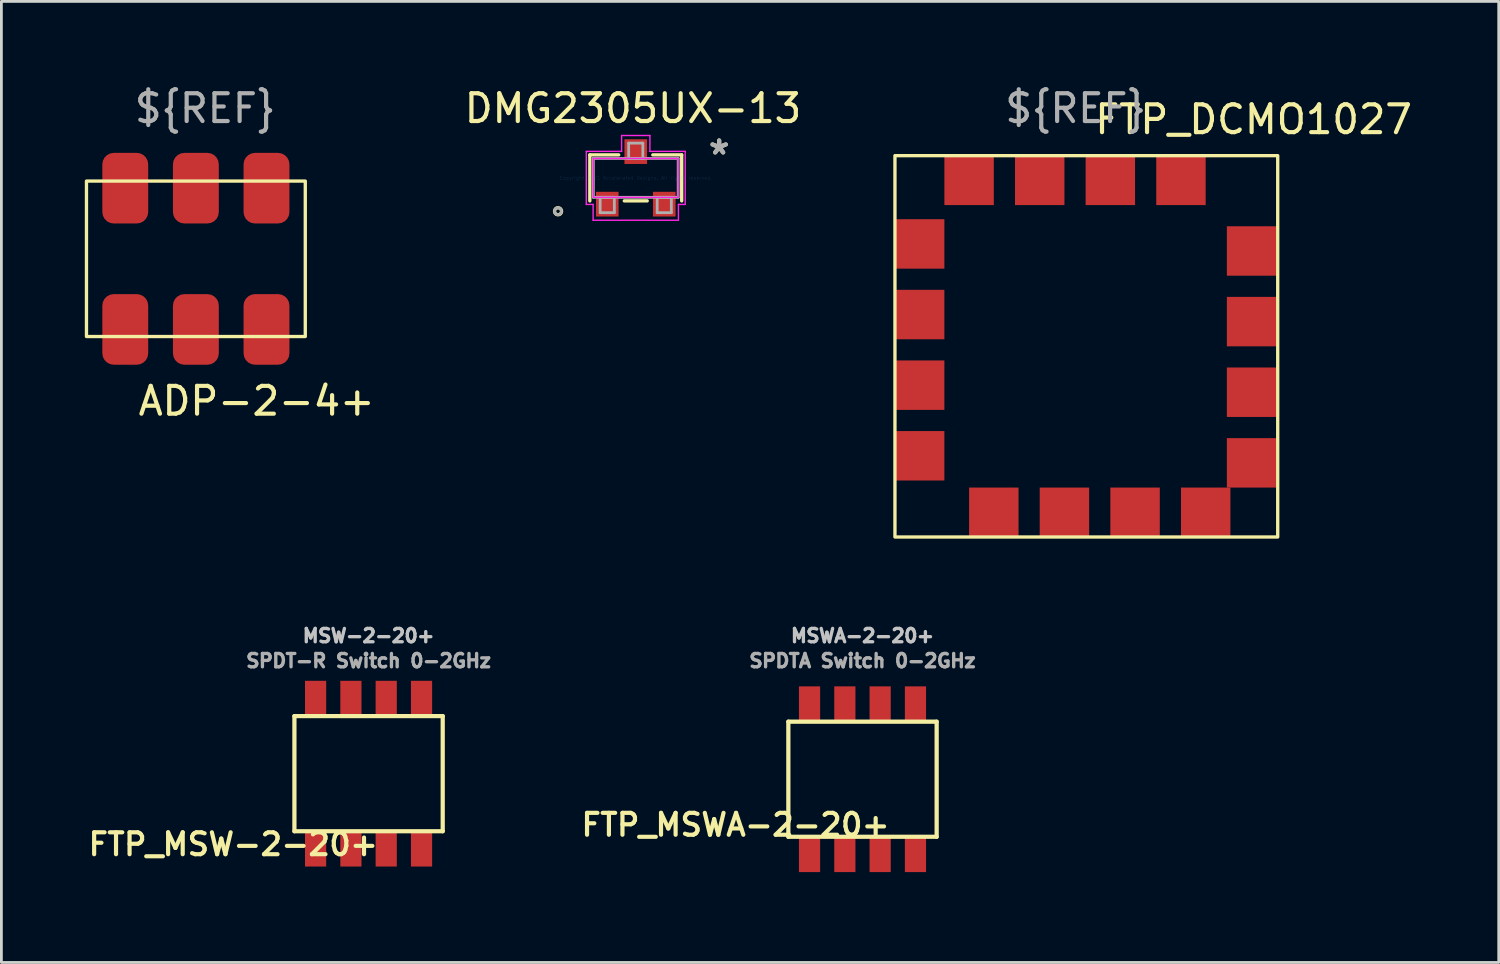
<source format=kicad_pcb>
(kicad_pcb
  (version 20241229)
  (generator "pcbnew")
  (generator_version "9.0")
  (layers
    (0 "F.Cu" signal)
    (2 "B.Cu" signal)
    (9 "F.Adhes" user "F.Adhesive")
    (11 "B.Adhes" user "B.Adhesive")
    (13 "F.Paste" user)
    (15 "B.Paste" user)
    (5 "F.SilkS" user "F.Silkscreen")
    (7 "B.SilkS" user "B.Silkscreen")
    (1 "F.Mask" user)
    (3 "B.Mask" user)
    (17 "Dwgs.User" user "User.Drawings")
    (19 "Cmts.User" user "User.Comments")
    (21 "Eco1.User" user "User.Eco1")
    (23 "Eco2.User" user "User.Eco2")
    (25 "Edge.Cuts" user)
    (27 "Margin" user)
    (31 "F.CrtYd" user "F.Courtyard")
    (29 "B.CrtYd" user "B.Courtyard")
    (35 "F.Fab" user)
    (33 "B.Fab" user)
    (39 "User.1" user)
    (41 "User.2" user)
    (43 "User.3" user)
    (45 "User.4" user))
  (footprint "DMG2305UX-13"
    (layer "F.Cu")
    (at 19.816 3.348)
    (property "Reference" "DMG2305UX-13" (at -0.1 -2.5 0) (layer "F.SilkS") (effects (font (size 1 1) (thickness 0.15))))
    (attr through_hole)
    (fp_line (start -1.652 -0.827) (end -1.652 0.827) (stroke (width 0.12) (type solid)) (layer "F.SilkS"))
    (fp_line (start -0.613 -0.827) (end -1.652 -0.827) (stroke (width 0.12) (type solid)) (layer "F.SilkS"))
    (fp_line (start -0.412 0.827) (end 0.412 0.827) (stroke (width 0.12) (type solid)) (layer "F.SilkS"))
    (fp_line (start 1.652 -0.827) (end 0.613 -0.827) (stroke (width 0.12) (type solid)) (layer "F.SilkS"))
    (fp_line (start 1.652 0.827) (end 1.652 -0.827) (stroke (width 0.12) (type solid)) (layer "F.SilkS"))
    (fp_circle (center -2.795 1.2) (end -2.668 1.2) (stroke (width 0.12) (type solid)) (fill no) (layer "F.SilkS"))
    (fp_line (start -1.779 -0.954) (end -0.509 -0.954) (stroke (width 0.05) (type solid)) (layer "F.CrtYd"))
    (fp_line (start -1.779 0.954) (end -1.779 -0.954) (stroke (width 0.05) (type solid)) (layer "F.CrtYd"))
    (fp_line (start -1.534 0.954) (end -1.779 0.954) (stroke (width 0.05) (type solid)) (layer "F.CrtYd"))
    (fp_line (start -1.534 1.524) (end -1.534 0.954) (stroke (width 0.05) (type solid)) (layer "F.CrtYd"))
    (fp_line (start -1.525 -0.7) (end 1.525 -0.7) (stroke (width 0.05) (type solid)) (layer "F.CrtYd"))
    (fp_line (start -1.525 0.7) (end -1.525 -0.7) (stroke (width 0.05) (type solid)) (layer "F.CrtYd"))
    (fp_line (start -0.509 -1.524) (end 0.509 -1.524) (stroke (width 0.05) (type solid)) (layer "F.CrtYd"))
    (fp_line (start -0.509 -0.954) (end -0.509 -1.524) (stroke (width 0.05) (type solid)) (layer "F.CrtYd"))
    (fp_line (start 0.509 -0.954) (end 0.509 -1.524) (stroke (width 0.05) (type solid)) (layer "F.CrtYd"))
    (fp_line (start 0.509 -0.954) (end 1.779 -0.954) (stroke (width 0.05) (type solid)) (layer "F.CrtYd"))
    (fp_line (start 1.525 -0.7) (end 1.525 0.7) (stroke (width 0.05) (type solid)) (layer "F.CrtYd"))
    (fp_line (start 1.525 0.7) (end -1.525 0.7) (stroke (width 0.05) (type solid)) (layer "F.CrtYd"))
    (fp_line (start 1.534 0.954) (end 1.534 1.524) (stroke (width 0.05) (type solid)) (layer "F.CrtYd"))
    (fp_line (start 1.534 1.524) (end -1.534 1.524) (stroke (width 0.05) (type solid)) (layer "F.CrtYd"))
    (fp_line (start 1.779 -0.954) (end 1.779 0.954) (stroke (width 0.05) (type solid)) (layer "F.CrtYd"))
    (fp_line (start 1.779 0.954) (end 1.534 0.954) (stroke (width 0.05) (type solid)) (layer "F.CrtYd"))
    (fp_line (start -1.525 -0.7) (end -1.525 0.7) (stroke (width 0.1) (type solid)) (layer "F.Fab"))
    (fp_line (start -1.525 0.7) (end 1.525 0.7) (stroke (width 0.1) (type solid)) (layer "F.Fab"))
    (fp_line (start -1.28 0.7) (end -1.28 1.25) (stroke (width 0.1) (type solid)) (layer "F.Fab"))
    (fp_line (start -1.28 1.25) (end -0.77 1.25) (stroke (width 0.1) (type solid)) (layer "F.Fab"))
    (fp_line (start -0.77 0.7) (end -1.28 0.7) (stroke (width 0.1) (type solid)) (layer "F.Fab"))
    (fp_line (start -0.77 1.25) (end -0.77 0.7) (stroke (width 0.1) (type solid)) (layer "F.Fab"))
    (fp_line (start -0.255 -1.25) (end -0.255 -0.7) (stroke (width 0.1) (type solid)) (layer "F.Fab"))
    (fp_line (start -0.255 -0.7) (end 0.255 -0.7) (stroke (width 0.1) (type solid)) (layer "F.Fab"))
    (fp_line (start 0.255 -1.25) (end -0.255 -1.25) (stroke (width 0.1) (type solid)) (layer "F.Fab"))
    (fp_line (start 0.255 -0.7) (end 0.255 -1.25) (stroke (width 0.1) (type solid)) (layer "F.Fab"))
    (fp_line (start 0.77 0.7) (end 0.77 1.25) (stroke (width 0.1) (type solid)) (layer "F.Fab"))
    (fp_line (start 0.77 1.25) (end 1.28 1.25) (stroke (width 0.1) (type solid)) (layer "F.Fab"))
    (fp_line (start 1.28 0.7) (end 0.77 0.7) (stroke (width 0.1) (type solid)) (layer "F.Fab"))
    (fp_line (start 1.28 1.25) (end 1.28 0.7) (stroke (width 0.1) (type solid)) (layer "F.Fab"))
    (fp_line (start 1.525 -0.7) (end -1.525 -0.7) (stroke (width 0.1) (type solid)) (layer "F.Fab"))
    (fp_line (start 1.525 0.7) (end 1.525 -0.7) (stroke (width 0.1) (type solid)) (layer "F.Fab"))
    (fp_circle (center -2.8 1.2) (end -2.673 1.2) (stroke (width 0.1) (type solid)) (fill no) (layer "F.Fab"))
    (fp_text user "*" (at 3 -0.8 0) (layer "F.SilkS") (effects (font (size 1 1) (thickness 0.15))))
    (fp_text user "Copyright 2021 Accelerated Designs. All rights reserved." (at 0 0 0) (layer "Cmts.User") (effects (font (size 0.127 0.127) (thickness 0.002))))
    (fp_text user "*" (at 3 -0.8 0) (layer "F.Fab") (effects (font (size 1 1) (thickness 0.15))))
    (pad "1" smd rect (at -1.025 0.945) (size 0.813 0.889) (layers "F.Cu" "F.Mask" "F.Paste"))
    (pad "2" smd rect (at 1.025 0.945) (size 0.813 0.889) (layers "F.Cu" "F.Mask" "F.Paste"))
    (pad "3" smd rect (at 0 -0.945) (size 0.813 0.889) (layers "F.Cu" "F.Mask" "F.Paste")))
  (footprint "ADP-2-4+"
    (layer "F.Cu")
    (at 0.63 2.448)
    (property "Reference" "ADP-2-4+" (at 5.55 8.925 0) (unlocked yes) (layer "F.SilkS") (effects (font (size 1 1) (thickness 0.15))))
    (attr smd)
    (fp_rect (start -0.57 1.015) (end 7.3 6.605) (stroke (width 0.12) (type solid)) (fill no) (layer "F.SilkS"))
    (fp_text user "${REF}" (at 3.7 -1.6 0) (unlocked yes) (layer "F.Fab") (effects (font (size 1 1) (thickness 0.15))))
    (pad "1" smd roundrect (at 0.825 6.35 270) (size 2.54 1.65) (layers "F.Cu" "F.Mask" "F.Paste") (roundrect_rratio 0.25))
    (pad "2" smd roundrect (at 3.365 6.35 270) (size 2.54 1.65) (layers "F.Cu" "F.Mask" "F.Paste") (roundrect_rratio 0.25))
    (pad "3" smd roundrect (at 5.905 6.35 270) (size 2.54 1.65) (layers "F.Cu" "F.Mask" "F.Paste") (roundrect_rratio 0.25))
    (pad "4" smd roundrect (at 0.825 1.27 270) (size 2.54 1.65) (layers "F.Cu" "F.Mask" "F.Paste") (roundrect_rratio 0.25))
    (pad "5" smd roundrect (at 3.365 1.27 270) (size 2.54 1.65) (layers "F.Cu" "F.Mask" "F.Paste") (roundrect_rratio 0.25))
    (pad "6" smd roundrect (at 5.905 1.27 270) (size 2.54 1.65) (layers "F.Cu" "F.Mask" "F.Paste") (roundrect_rratio 0.25)))
  (footprint "FTP_DCMO1027"
    (layer "F.Cu")
    (at 29.138 2.548)
    (property "Reference" "FTP_DCMO1027" (at 12.9 -1.3 0) (unlocked yes) (layer "F.SilkS") (effects (font (size 1 1) (thickness 0.15))))
    (attr smd)
    (fp_rect (start 0 0) (end 13.767 13.716) (stroke (width 0.12) (type solid)) (fill no) (layer "F.SilkS"))
    (fp_text user "${REF}" (at 6.5 -1.7 0) (unlocked yes) (layer "F.Fab") (effects (font (size 1 1) (thickness 0.15))))
    (pad "1" smd rect (at 3.556 12.827) (size 1.778 1.778) (layers "F.Cu" "F.Mask" "F.Paste"))
    (pad "2" smd rect (at 6.096 12.827) (size 1.778 1.778) (layers "F.Cu" "F.Mask" "F.Paste"))
    (pad "3" smd rect (at 8.636 12.827) (size 1.778 1.778) (layers "F.Cu" "F.Mask" "F.Paste"))
    (pad "4" smd rect (at 11.176 12.827) (size 1.778 1.778) (layers "F.Cu" "F.Mask" "F.Paste"))
    (pad "5" smd rect (at 12.827 11.049) (size 1.778 1.778) (layers "F.Cu" "F.Mask" "F.Paste"))
    (pad "6" smd rect (at 12.827 8.509) (size 1.778 1.778) (layers "F.Cu" "F.Mask" "F.Paste"))
    (pad "7" smd rect (at 12.827 5.969) (size 1.778 1.778) (layers "F.Cu" "F.Mask" "F.Paste"))
    (pad "8" smd rect (at 12.827 3.429) (size 1.778 1.778) (layers "F.Cu" "F.Mask" "F.Paste"))
    (pad "9" smd rect (at 10.287 0.889) (size 1.778 1.778) (layers "F.Cu" "F.Mask" "F.Paste"))
    (pad "10" smd rect (at 7.747 0.889) (size 1.778 1.778) (layers "F.Cu" "F.Mask" "F.Paste"))
    (pad "11" smd rect (at 5.207 0.889) (size 1.778 1.778) (layers "F.Cu" "F.Mask" "F.Paste"))
    (pad "12" smd rect (at 2.667 0.889) (size 1.778 1.778) (layers "F.Cu" "F.Mask" "F.Paste"))
    (pad "13" smd rect (at 0.889 3.175) (size 1.778 1.778) (layers "F.Cu" "F.Mask" "F.Paste"))
    (pad "14" smd rect (at 0.889 5.715) (size 1.778 1.778) (layers "F.Cu" "F.Mask" "F.Paste"))
    (pad "15" smd rect (at 0.889 8.255) (size 1.778 1.778) (layers "F.Cu" "F.Mask" "F.Paste"))
    (pad "16" smd rect (at 0.889 10.795) (size 1.778 1.778) (layers "F.Cu" "F.Mask" "F.Paste")))
  (footprint "FTP_MSW-2-20+"
    (layer "F.Cu")
    (at 7.539 28.116)
    (property "Reference" "FTP_MSW-2-20+" (at -2.2 -0.8 0) (layer "F.SilkS") (effects (font (size 0.787 0.787) (thickness 0.15))))
    (attr through_hole)
    (fp_line (start 0 -5.41) (end 0 -1.27) (stroke (width 0.152) (type solid)) (layer "F.SilkS"))
    (fp_line (start 0 -1.27) (end 5.334 -1.27) (stroke (width 0.152) (type solid)) (layer "F.SilkS"))
    (fp_line (start 5.334 -5.41) (end 0 -5.41) (stroke (width 0.152) (type solid)) (layer "F.SilkS"))
    (fp_line (start 5.334 -1.27) (end 5.334 -5.41) (stroke (width 0.152) (type solid)) (layer "F.SilkS"))
    (fp_text user "MSW-2-20+" (at 2.667 -8.3 0) (layer "Dwgs.User") (effects (font (size 0.48 0.48) (thickness 0.15))))
    (fp_text user "SPDT-R Switch 0-2GHz" (at 2.667 -7.4 0) (layer "F.Fab") (effects (font (size 0.48 0.48) (thickness 0.12))))
    (pad "1" smd rect (at 0.762 -0.635) (size 0.762 1.27) (layers "F.Cu" "F.Mask" "F.Paste"))
    (pad "2" smd rect (at 2.032 -0.635) (size 0.762 1.27) (layers "F.Cu" "F.Mask" "F.Paste"))
    (pad "3" smd rect (at 3.302 -0.635) (size 0.762 1.27) (layers "F.Cu" "F.Mask" "F.Paste"))
    (pad "4" smd rect (at 4.572 -0.635) (size 0.762 1.27) (layers "F.Cu" "F.Mask" "F.Paste"))
    (pad "5" smd rect (at 4.572 -6.045) (size 0.762 1.27) (layers "F.Cu" "F.Mask" "F.Paste"))
    (pad "6" smd rect (at 3.302 -6.045) (size 0.762 1.27) (layers "F.Cu" "F.Mask" "F.Paste"))
    (pad "7" smd rect (at 2.032 -6.045) (size 0.762 1.27) (layers "F.Cu" "F.Mask" "F.Paste"))
    (pad "8" smd rect (at 0.762 -6.045) (size 0.762 1.27) (layers "F.Cu" "F.Mask" "F.Paste")))
  (footprint "FTP_MSWA-2-20+"
    (layer "F.Cu")
    (at 25.304 28.316)
    (property "Reference" "FTP_MSWA-2-20+" (at -1.9 -1.7 0) (layer "F.SilkS") (effects (font (size 0.787 0.787) (thickness 0.15))))
    (attr through_hole)
    (fp_line (start 0 -5.41) (end 0 -1.27) (stroke (width 0.152) (type solid)) (layer "F.SilkS"))
    (fp_line (start 0 -1.27) (end 5.334 -1.27) (stroke (width 0.152) (type solid)) (layer "F.SilkS"))
    (fp_line (start 5.334 -5.41) (end 0 -5.41) (stroke (width 0.152) (type solid)) (layer "F.SilkS"))
    (fp_line (start 5.334 -1.27) (end 5.334 -5.41) (stroke (width 0.152) (type solid)) (layer "F.SilkS"))
    (fp_text user "MSWA-2-20+" (at 2.667 -8.5 0) (layer "Dwgs.User") (effects (font (size 0.48 0.48) (thickness 0.15))))
    (fp_text user "SPDTA Switch 0-2GHz" (at 2.667 -7.6 0) (layer "F.Fab") (effects (font (size 0.48 0.48) (thickness 0.12))))
    (pad "1" smd rect (at 0.762 -0.635) (size 0.762 1.27) (layers "F.Cu" "F.Mask" "F.Paste"))
    (pad "2" smd rect (at 2.032 -0.635) (size 0.762 1.27) (layers "F.Cu" "F.Mask" "F.Paste"))
    (pad "3" smd rect (at 3.302 -0.635) (size 0.762 1.27) (layers "F.Cu" "F.Mask" "F.Paste"))
    (pad "4" smd rect (at 4.572 -0.635) (size 0.762 1.27) (layers "F.Cu" "F.Mask" "F.Paste"))
    (pad "5" smd rect (at 4.572 -6.045) (size 0.762 1.27) (layers "F.Cu" "F.Mask" "F.Paste"))
    (pad "6" smd rect (at 3.302 -6.045) (size 0.762 1.27) (layers "F.Cu" "F.Mask" "F.Paste"))
    (pad "7" smd rect (at 2.032 -6.045) (size 0.762 1.27) (layers "F.Cu" "F.Mask" "F.Paste"))
    (pad "8" smd rect (at 0.762 -6.045) (size 0.762 1.27) (layers "F.Cu" "F.Mask" "F.Paste")))
  (gr_rect
    (start -3 -3)
    (end 50.854 31.566)
    (stroke (width 0.1) (type default))
    (fill no)
    (layer "Edge.Cuts")))
</source>
